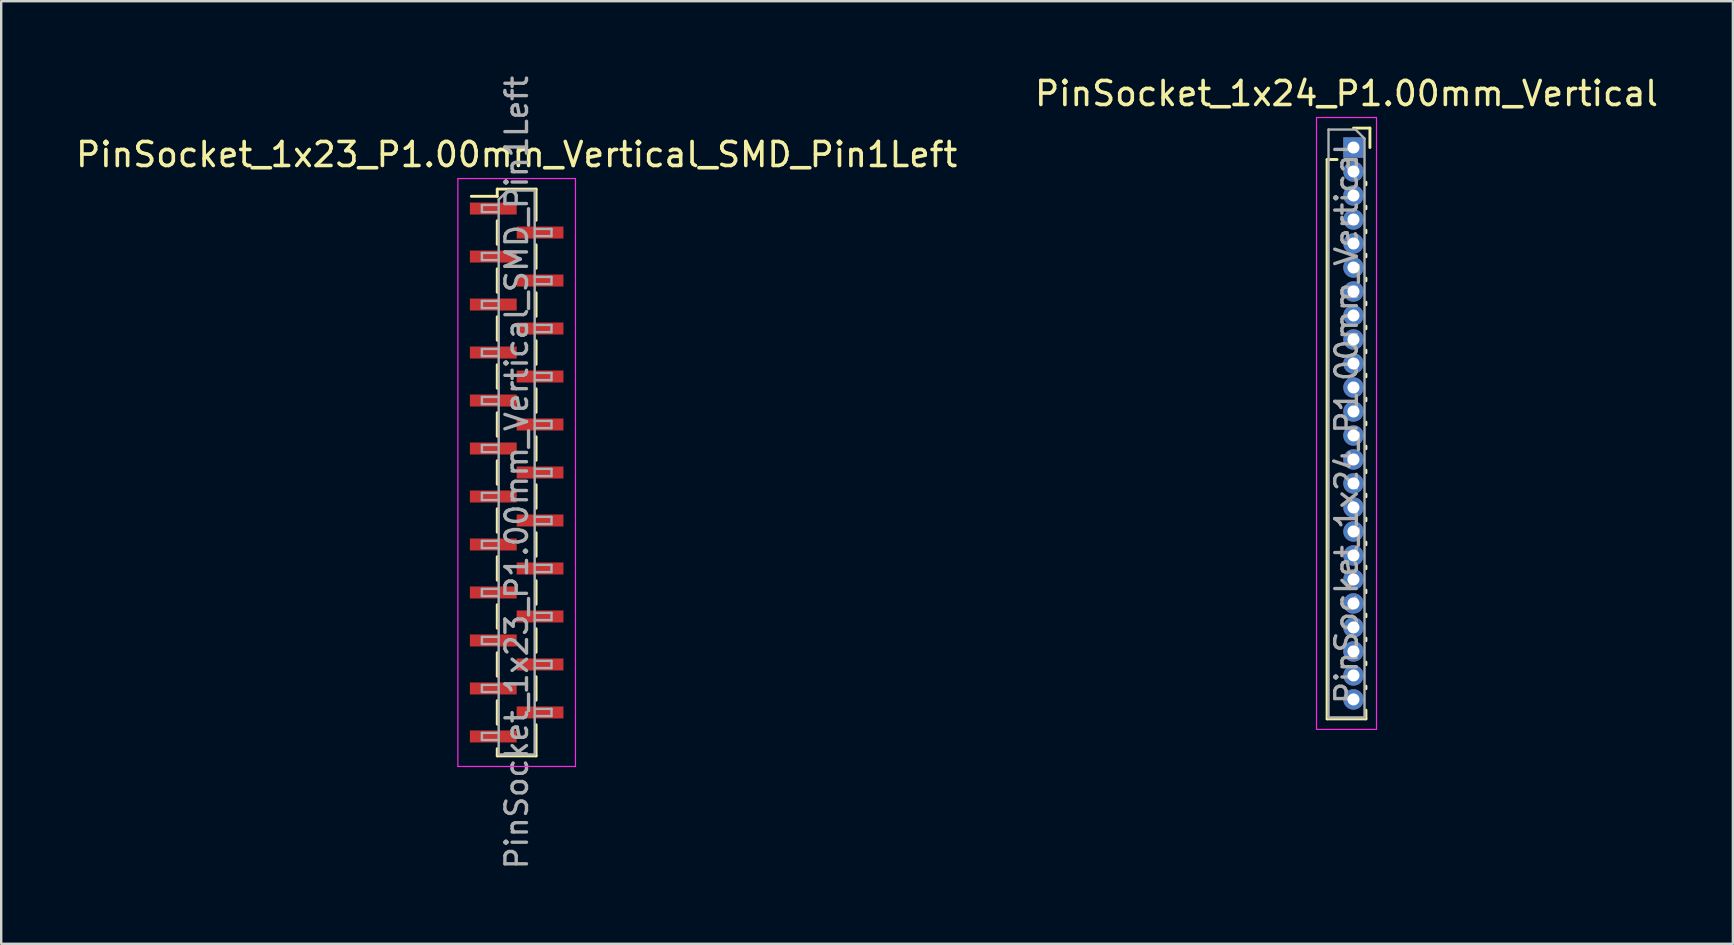
<source format=kicad_pcb>
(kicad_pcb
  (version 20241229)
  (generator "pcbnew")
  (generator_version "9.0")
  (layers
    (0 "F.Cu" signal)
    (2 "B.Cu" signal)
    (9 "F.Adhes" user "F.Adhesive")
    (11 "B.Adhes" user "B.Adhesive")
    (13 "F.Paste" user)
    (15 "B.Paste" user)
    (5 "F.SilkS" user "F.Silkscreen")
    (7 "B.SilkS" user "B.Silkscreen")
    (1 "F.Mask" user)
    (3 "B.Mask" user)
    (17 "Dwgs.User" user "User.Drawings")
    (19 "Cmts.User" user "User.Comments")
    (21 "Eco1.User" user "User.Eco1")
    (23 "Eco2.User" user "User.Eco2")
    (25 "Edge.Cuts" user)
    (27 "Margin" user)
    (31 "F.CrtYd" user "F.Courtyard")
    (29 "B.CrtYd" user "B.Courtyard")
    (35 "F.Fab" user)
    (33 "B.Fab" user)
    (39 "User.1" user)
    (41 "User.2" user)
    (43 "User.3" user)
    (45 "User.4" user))
  (footprint "PinSocket_1x23_P1.00mm_Vertical_SMD_Pin1Left"
    (layer "F.Cu")
    (at 18.482 16.641)
    (property "Reference" "PinSocket_1x23_P1.00mm_Vertical_SMD_Pin1Left" (at 0 -13.25 0) (layer "F.SilkS") (effects (font (size 1 1) (thickness 0.15))))
    (attr smd)
    (fp_line (start -1.89 -11.51) (end -0.81 -11.51) (stroke (width 0.12) (type solid)) (layer "F.SilkS"))
    (fp_line (start -0.81 -11.81) (end -0.81 -11.51) (stroke (width 0.12) (type solid)) (layer "F.SilkS"))
    (fp_line (start -0.81 -11.81) (end 0.81 -11.81) (stroke (width 0.12) (type solid)) (layer "F.SilkS"))
    (fp_line (start -0.81 -10.49) (end -0.81 -9.51) (stroke (width 0.12) (type solid)) (layer "F.SilkS"))
    (fp_line (start -0.81 -8.49) (end -0.81 -7.51) (stroke (width 0.12) (type solid)) (layer "F.SilkS"))
    (fp_line (start -0.81 -6.49) (end -0.81 -5.51) (stroke (width 0.12) (type solid)) (layer "F.SilkS"))
    (fp_line (start -0.81 -4.49) (end -0.81 -3.51) (stroke (width 0.12) (type solid)) (layer "F.SilkS"))
    (fp_line (start -0.81 -2.49) (end -0.81 -1.51) (stroke (width 0.12) (type solid)) (layer "F.SilkS"))
    (fp_line (start -0.81 -0.49) (end -0.81 0.49) (stroke (width 0.12) (type solid)) (layer "F.SilkS"))
    (fp_line (start -0.81 1.51) (end -0.81 2.49) (stroke (width 0.12) (type solid)) (layer "F.SilkS"))
    (fp_line (start -0.81 3.51) (end -0.81 4.49) (stroke (width 0.12) (type solid)) (layer "F.SilkS"))
    (fp_line (start -0.81 5.51) (end -0.81 6.49) (stroke (width 0.12) (type solid)) (layer "F.SilkS"))
    (fp_line (start -0.81 7.51) (end -0.81 8.49) (stroke (width 0.12) (type solid)) (layer "F.SilkS"))
    (fp_line (start -0.81 9.51) (end -0.81 10.49) (stroke (width 0.12) (type solid)) (layer "F.SilkS"))
    (fp_line (start -0.81 11.51) (end -0.81 11.81) (stroke (width 0.12) (type solid)) (layer "F.SilkS"))
    (fp_line (start -0.81 11.81) (end 0.81 11.81) (stroke (width 0.12) (type solid)) (layer "F.SilkS"))
    (fp_line (start 0.81 -11.81) (end 0.81 -10.51) (stroke (width 0.12) (type solid)) (layer "F.SilkS"))
    (fp_line (start 0.81 -9.49) (end 0.81 -8.51) (stroke (width 0.12) (type solid)) (layer "F.SilkS"))
    (fp_line (start 0.81 -7.49) (end 0.81 -6.51) (stroke (width 0.12) (type solid)) (layer "F.SilkS"))
    (fp_line (start 0.81 -5.49) (end 0.81 -4.51) (stroke (width 0.12) (type solid)) (layer "F.SilkS"))
    (fp_line (start 0.81 -3.49) (end 0.81 -2.51) (stroke (width 0.12) (type solid)) (layer "F.SilkS"))
    (fp_line (start 0.81 -1.49) (end 0.81 -0.51) (stroke (width 0.12) (type solid)) (layer "F.SilkS"))
    (fp_line (start 0.81 0.51) (end 0.81 1.49) (stroke (width 0.12) (type solid)) (layer "F.SilkS"))
    (fp_line (start 0.81 2.51) (end 0.81 3.49) (stroke (width 0.12) (type solid)) (layer "F.SilkS"))
    (fp_line (start 0.81 4.51) (end 0.81 5.49) (stroke (width 0.12) (type solid)) (layer "F.SilkS"))
    (fp_line (start 0.81 6.51) (end 0.81 7.49) (stroke (width 0.12) (type solid)) (layer "F.SilkS"))
    (fp_line (start 0.81 8.51) (end 0.81 9.49) (stroke (width 0.12) (type solid)) (layer "F.SilkS"))
    (fp_line (start 0.81 10.51) (end 0.81 11.81) (stroke (width 0.12) (type solid)) (layer "F.SilkS"))
    (fp_line (start -2.45 -12.25) (end 2.45 -12.25) (stroke (width 0.05) (type solid)) (layer "F.CrtYd"))
    (fp_line (start -2.45 12.25) (end -2.45 -12.25) (stroke (width 0.05) (type solid)) (layer "F.CrtYd"))
    (fp_line (start 2.45 -12.25) (end 2.45 12.25) (stroke (width 0.05) (type solid)) (layer "F.CrtYd"))
    (fp_line (start 2.45 12.25) (end -2.45 12.25) (stroke (width 0.05) (type solid)) (layer "F.CrtYd"))
    (fp_line (start -1.45 -11.15) (end -0.75 -11.15) (stroke (width 0.1) (type solid)) (layer "F.Fab"))
    (fp_line (start -1.45 -10.85) (end -1.45 -11.15) (stroke (width 0.1) (type solid)) (layer "F.Fab"))
    (fp_line (start -1.45 -9.15) (end -0.75 -9.15) (stroke (width 0.1) (type solid)) (layer "F.Fab"))
    (fp_line (start -1.45 -8.85) (end -1.45 -9.15) (stroke (width 0.1) (type solid)) (layer "F.Fab"))
    (fp_line (start -1.45 -7.15) (end -0.75 -7.15) (stroke (width 0.1) (type solid)) (layer "F.Fab"))
    (fp_line (start -1.45 -6.85) (end -1.45 -7.15) (stroke (width 0.1) (type solid)) (layer "F.Fab"))
    (fp_line (start -1.45 -5.15) (end -0.75 -5.15) (stroke (width 0.1) (type solid)) (layer "F.Fab"))
    (fp_line (start -1.45 -4.85) (end -1.45 -5.15) (stroke (width 0.1) (type solid)) (layer "F.Fab"))
    (fp_line (start -1.45 -3.15) (end -0.75 -3.15) (stroke (width 0.1) (type solid)) (layer "F.Fab"))
    (fp_line (start -1.45 -2.85) (end -1.45 -3.15) (stroke (width 0.1) (type solid)) (layer "F.Fab"))
    (fp_line (start -1.45 -1.15) (end -0.75 -1.15) (stroke (width 0.1) (type solid)) (layer "F.Fab"))
    (fp_line (start -1.45 -0.85) (end -1.45 -1.15) (stroke (width 0.1) (type solid)) (layer "F.Fab"))
    (fp_line (start -1.45 0.85) (end -0.75 0.85) (stroke (width 0.1) (type solid)) (layer "F.Fab"))
    (fp_line (start -1.45 1.15) (end -1.45 0.85) (stroke (width 0.1) (type solid)) (layer "F.Fab"))
    (fp_line (start -1.45 2.85) (end -0.75 2.85) (stroke (width 0.1) (type solid)) (layer "F.Fab"))
    (fp_line (start -1.45 3.15) (end -1.45 2.85) (stroke (width 0.1) (type solid)) (layer "F.Fab"))
    (fp_line (start -1.45 4.85) (end -0.75 4.85) (stroke (width 0.1) (type solid)) (layer "F.Fab"))
    (fp_line (start -1.45 5.15) (end -1.45 4.85) (stroke (width 0.1) (type solid)) (layer "F.Fab"))
    (fp_line (start -1.45 6.85) (end -0.75 6.85) (stroke (width 0.1) (type solid)) (layer "F.Fab"))
    (fp_line (start -1.45 7.15) (end -1.45 6.85) (stroke (width 0.1) (type solid)) (layer "F.Fab"))
    (fp_line (start -1.45 8.85) (end -0.75 8.85) (stroke (width 0.1) (type solid)) (layer "F.Fab"))
    (fp_line (start -1.45 9.15) (end -1.45 8.85) (stroke (width 0.1) (type solid)) (layer "F.Fab"))
    (fp_line (start -1.45 10.85) (end -0.75 10.85) (stroke (width 0.1) (type solid)) (layer "F.Fab"))
    (fp_line (start -1.45 11.15) (end -1.45 10.85) (stroke (width 0.1) (type solid)) (layer "F.Fab"))
    (fp_line (start -0.75 -11.375) (end -0.375 -11.75) (stroke (width 0.1) (type solid)) (layer "F.Fab"))
    (fp_line (start -0.75 -10.85) (end -1.45 -10.85) (stroke (width 0.1) (type solid)) (layer "F.Fab"))
    (fp_line (start -0.75 -8.85) (end -1.45 -8.85) (stroke (width 0.1) (type solid)) (layer "F.Fab"))
    (fp_line (start -0.75 -6.85) (end -1.45 -6.85) (stroke (width 0.1) (type solid)) (layer "F.Fab"))
    (fp_line (start -0.75 -4.85) (end -1.45 -4.85) (stroke (width 0.1) (type solid)) (layer "F.Fab"))
    (fp_line (start -0.75 -2.85) (end -1.45 -2.85) (stroke (width 0.1) (type solid)) (layer "F.Fab"))
    (fp_line (start -0.75 -0.85) (end -1.45 -0.85) (stroke (width 0.1) (type solid)) (layer "F.Fab"))
    (fp_line (start -0.75 1.15) (end -1.45 1.15) (stroke (width 0.1) (type solid)) (layer "F.Fab"))
    (fp_line (start -0.75 3.15) (end -1.45 3.15) (stroke (width 0.1) (type solid)) (layer "F.Fab"))
    (fp_line (start -0.75 5.15) (end -1.45 5.15) (stroke (width 0.1) (type solid)) (layer "F.Fab"))
    (fp_line (start -0.75 7.15) (end -1.45 7.15) (stroke (width 0.1) (type solid)) (layer "F.Fab"))
    (fp_line (start -0.75 9.15) (end -1.45 9.15) (stroke (width 0.1) (type solid)) (layer "F.Fab"))
    (fp_line (start -0.75 11.15) (end -1.45 11.15) (stroke (width 0.1) (type solid)) (layer "F.Fab"))
    (fp_line (start -0.75 11.75) (end -0.75 -11.375) (stroke (width 0.1) (type solid)) (layer "F.Fab"))
    (fp_line (start -0.375 -11.75) (end 0.75 -11.75) (stroke (width 0.1) (type solid)) (layer "F.Fab"))
    (fp_line (start 0.75 -11.75) (end 0.75 11.75) (stroke (width 0.1) (type solid)) (layer "F.Fab"))
    (fp_line (start 0.75 -10.15) (end 1.45 -10.15) (stroke (width 0.1) (type solid)) (layer "F.Fab"))
    (fp_line (start 0.75 -8.15) (end 1.45 -8.15) (stroke (width 0.1) (type solid)) (layer "F.Fab"))
    (fp_line (start 0.75 -6.15) (end 1.45 -6.15) (stroke (width 0.1) (type solid)) (layer "F.Fab"))
    (fp_line (start 0.75 -4.15) (end 1.45 -4.15) (stroke (width 0.1) (type solid)) (layer "F.Fab"))
    (fp_line (start 0.75 -2.15) (end 1.45 -2.15) (stroke (width 0.1) (type solid)) (layer "F.Fab"))
    (fp_line (start 0.75 -0.15) (end 1.45 -0.15) (stroke (width 0.1) (type solid)) (layer "F.Fab"))
    (fp_line (start 0.75 1.85) (end 1.45 1.85) (stroke (width 0.1) (type solid)) (layer "F.Fab"))
    (fp_line (start 0.75 3.85) (end 1.45 3.85) (stroke (width 0.1) (type solid)) (layer "F.Fab"))
    (fp_line (start 0.75 5.85) (end 1.45 5.85) (stroke (width 0.1) (type solid)) (layer "F.Fab"))
    (fp_line (start 0.75 7.85) (end 1.45 7.85) (stroke (width 0.1) (type solid)) (layer "F.Fab"))
    (fp_line (start 0.75 9.85) (end 1.45 9.85) (stroke (width 0.1) (type solid)) (layer "F.Fab"))
    (fp_line (start 0.75 11.75) (end -0.75 11.75) (stroke (width 0.1) (type solid)) (layer "F.Fab"))
    (fp_line (start 1.45 -10.15) (end 1.45 -9.85) (stroke (width 0.1) (type solid)) (layer "F.Fab"))
    (fp_line (start 1.45 -9.85) (end 0.75 -9.85) (stroke (width 0.1) (type solid)) (layer "F.Fab"))
    (fp_line (start 1.45 -8.15) (end 1.45 -7.85) (stroke (width 0.1) (type solid)) (layer "F.Fab"))
    (fp_line (start 1.45 -7.85) (end 0.75 -7.85) (stroke (width 0.1) (type solid)) (layer "F.Fab"))
    (fp_line (start 1.45 -6.15) (end 1.45 -5.85) (stroke (width 0.1) (type solid)) (layer "F.Fab"))
    (fp_line (start 1.45 -5.85) (end 0.75 -5.85) (stroke (width 0.1) (type solid)) (layer "F.Fab"))
    (fp_line (start 1.45 -4.15) (end 1.45 -3.85) (stroke (width 0.1) (type solid)) (layer "F.Fab"))
    (fp_line (start 1.45 -3.85) (end 0.75 -3.85) (stroke (width 0.1) (type solid)) (layer "F.Fab"))
    (fp_line (start 1.45 -2.15) (end 1.45 -1.85) (stroke (width 0.1) (type solid)) (layer "F.Fab"))
    (fp_line (start 1.45 -1.85) (end 0.75 -1.85) (stroke (width 0.1) (type solid)) (layer "F.Fab"))
    (fp_line (start 1.45 -0.15) (end 1.45 0.15) (stroke (width 0.1) (type solid)) (layer "F.Fab"))
    (fp_line (start 1.45 0.15) (end 0.75 0.15) (stroke (width 0.1) (type solid)) (layer "F.Fab"))
    (fp_line (start 1.45 1.85) (end 1.45 2.15) (stroke (width 0.1) (type solid)) (layer "F.Fab"))
    (fp_line (start 1.45 2.15) (end 0.75 2.15) (stroke (width 0.1) (type solid)) (layer "F.Fab"))
    (fp_line (start 1.45 3.85) (end 1.45 4.15) (stroke (width 0.1) (type solid)) (layer "F.Fab"))
    (fp_line (start 1.45 4.15) (end 0.75 4.15) (stroke (width 0.1) (type solid)) (layer "F.Fab"))
    (fp_line (start 1.45 5.85) (end 1.45 6.15) (stroke (width 0.1) (type solid)) (layer "F.Fab"))
    (fp_line (start 1.45 6.15) (end 0.75 6.15) (stroke (width 0.1) (type solid)) (layer "F.Fab"))
    (fp_line (start 1.45 7.85) (end 1.45 8.15) (stroke (width 0.1) (type solid)) (layer "F.Fab"))
    (fp_line (start 1.45 8.15) (end 0.75 8.15) (stroke (width 0.1) (type solid)) (layer "F.Fab"))
    (fp_line (start 1.45 9.85) (end 1.45 10.15) (stroke (width 0.1) (type solid)) (layer "F.Fab"))
    (fp_line (start 1.45 10.15) (end 0.75 10.15) (stroke (width 0.1) (type solid)) (layer "F.Fab"))
    (fp_text user "${REFERENCE}" (at 0 0 90) (layer "F.Fab") (effects (font (size 0.9 0.9) (thickness 0.14))))
    (pad "1" smd rect (at -0.975 -11) (size 1.95 0.5) (layers "F.Cu" "F.Mask" "F.Paste"))
    (pad "2" smd rect (at 0.975 -10) (size 1.95 0.5) (layers "F.Cu" "F.Mask" "F.Paste"))
    (pad "3" smd rect (at -0.975 -9) (size 1.95 0.5) (layers "F.Cu" "F.Mask" "F.Paste"))
    (pad "4" smd rect (at 0.975 -8) (size 1.95 0.5) (layers "F.Cu" "F.Mask" "F.Paste"))
    (pad "5" smd rect (at -0.975 -7) (size 1.95 0.5) (layers "F.Cu" "F.Mask" "F.Paste"))
    (pad "6" smd rect (at 0.975 -6) (size 1.95 0.5) (layers "F.Cu" "F.Mask" "F.Paste"))
    (pad "7" smd rect (at -0.975 -5) (size 1.95 0.5) (layers "F.Cu" "F.Mask" "F.Paste"))
    (pad "8" smd rect (at 0.975 -4) (size 1.95 0.5) (layers "F.Cu" "F.Mask" "F.Paste"))
    (pad "9" smd rect (at -0.975 -3) (size 1.95 0.5) (layers "F.Cu" "F.Mask" "F.Paste"))
    (pad "10" smd rect (at 0.975 -2) (size 1.95 0.5) (layers "F.Cu" "F.Mask" "F.Paste"))
    (pad "11" smd rect (at -0.975 -1) (size 1.95 0.5) (layers "F.Cu" "F.Mask" "F.Paste"))
    (pad "12" smd rect (at 0.975 0) (size 1.95 0.5) (layers "F.Cu" "F.Mask" "F.Paste"))
    (pad "13" smd rect (at -0.975 1) (size 1.95 0.5) (layers "F.Cu" "F.Mask" "F.Paste"))
    (pad "14" smd rect (at 0.975 2) (size 1.95 0.5) (layers "F.Cu" "F.Mask" "F.Paste"))
    (pad "15" smd rect (at -0.975 3) (size 1.95 0.5) (layers "F.Cu" "F.Mask" "F.Paste"))
    (pad "16" smd rect (at 0.975 4) (size 1.95 0.5) (layers "F.Cu" "F.Mask" "F.Paste"))
    (pad "17" smd rect (at -0.975 5) (size 1.95 0.5) (layers "F.Cu" "F.Mask" "F.Paste"))
    (pad "18" smd rect (at 0.975 6) (size 1.95 0.5) (layers "F.Cu" "F.Mask" "F.Paste"))
    (pad "19" smd rect (at -0.975 7) (size 1.95 0.5) (layers "F.Cu" "F.Mask" "F.Paste"))
    (pad "20" smd rect (at 0.975 8) (size 1.95 0.5) (layers "F.Cu" "F.Mask" "F.Paste"))
    (pad "21" smd rect (at -0.975 9) (size 1.95 0.5) (layers "F.Cu" "F.Mask" "F.Paste"))
    (pad "22" smd rect (at 0.975 10) (size 1.95 0.5) (layers "F.Cu" "F.Mask" "F.Paste"))
    (pad "23" smd rect (at -0.975 11) (size 1.95 0.5) (layers "F.Cu" "F.Mask" "F.Paste")))
  (footprint "PinSocket_1x24_P1.00mm_Vertical"
    (layer "F.Cu")
    (at 53.355 3.098)
    (property "Reference" "PinSocket_1x24_P1.00mm_Vertical" (at -0.29 -2.25 0) (layer "F.SilkS") (effects (font (size 1 1) (thickness 0.15))))
    (attr through_hole)
    (fp_line (start -1.1 0.5) (end -1.1 23.81) (stroke (width 0.12) (type solid)) (layer "F.SilkS"))
    (fp_line (start -1.1 0.5) (end -0.685 0.5) (stroke (width 0.12) (type solid)) (layer "F.SilkS"))
    (fp_line (start -1.1 23.81) (end 0.52 23.81) (stroke (width 0.12) (type solid)) (layer "F.SilkS"))
    (fp_line (start 0 -0.81) (end 0.685 -0.81) (stroke (width 0.12) (type solid)) (layer "F.SilkS"))
    (fp_line (start 0.52 1.446) (end 0.52 1.554) (stroke (width 0.12) (type solid)) (layer "F.SilkS"))
    (fp_line (start 0.52 2.446) (end 0.52 2.554) (stroke (width 0.12) (type solid)) (layer "F.SilkS"))
    (fp_line (start 0.52 3.446) (end 0.52 3.554) (stroke (width 0.12) (type solid)) (layer "F.SilkS"))
    (fp_line (start 0.52 4.446) (end 0.52 4.554) (stroke (width 0.12) (type solid)) (layer "F.SilkS"))
    (fp_line (start 0.52 5.446) (end 0.52 5.554) (stroke (width 0.12) (type solid)) (layer "F.SilkS"))
    (fp_line (start 0.52 6.446) (end 0.52 6.554) (stroke (width 0.12) (type solid)) (layer "F.SilkS"))
    (fp_line (start 0.52 7.446) (end 0.52 7.554) (stroke (width 0.12) (type solid)) (layer "F.SilkS"))
    (fp_line (start 0.52 8.446) (end 0.52 8.554) (stroke (width 0.12) (type solid)) (layer "F.SilkS"))
    (fp_line (start 0.52 9.446) (end 0.52 9.554) (stroke (width 0.12) (type solid)) (layer "F.SilkS"))
    (fp_line (start 0.52 10.446) (end 0.52 10.554) (stroke (width 0.12) (type solid)) (layer "F.SilkS"))
    (fp_line (start 0.52 11.446) (end 0.52 11.554) (stroke (width 0.12) (type solid)) (layer "F.SilkS"))
    (fp_line (start 0.52 12.446) (end 0.52 12.554) (stroke (width 0.12) (type solid)) (layer "F.SilkS"))
    (fp_line (start 0.52 13.446) (end 0.52 13.554) (stroke (width 0.12) (type solid)) (layer "F.SilkS"))
    (fp_line (start 0.52 14.446) (end 0.52 14.554) (stroke (width 0.12) (type solid)) (layer "F.SilkS"))
    (fp_line (start 0.52 15.446) (end 0.52 15.554) (stroke (width 0.12) (type solid)) (layer "F.SilkS"))
    (fp_line (start 0.52 16.446) (end 0.52 16.554) (stroke (width 0.12) (type solid)) (layer "F.SilkS"))
    (fp_line (start 0.52 17.446) (end 0.52 17.554) (stroke (width 0.12) (type solid)) (layer "F.SilkS"))
    (fp_line (start 0.52 18.446) (end 0.52 18.554) (stroke (width 0.12) (type solid)) (layer "F.SilkS"))
    (fp_line (start 0.52 19.446) (end 0.52 19.554) (stroke (width 0.12) (type solid)) (layer "F.SilkS"))
    (fp_line (start 0.52 20.446) (end 0.52 20.554) (stroke (width 0.12) (type solid)) (layer "F.SilkS"))
    (fp_line (start 0.52 21.446) (end 0.52 21.554) (stroke (width 0.12) (type solid)) (layer "F.SilkS"))
    (fp_line (start 0.52 22.446) (end 0.52 22.554) (stroke (width 0.12) (type solid)) (layer "F.SilkS"))
    (fp_line (start 0.52 23.446) (end 0.52 23.81) (stroke (width 0.12) (type solid)) (layer "F.SilkS"))
    (fp_line (start 0.685 -0.81) (end 0.685 0) (stroke (width 0.12) (type solid)) (layer "F.SilkS"))
    (fp_line (start -1.54 -1.25) (end 0.96 -1.25) (stroke (width 0.05) (type solid)) (layer "F.CrtYd"))
    (fp_line (start -1.54 24.25) (end -1.54 -1.25) (stroke (width 0.05) (type solid)) (layer "F.CrtYd"))
    (fp_line (start 0.96 -1.25) (end 0.96 24.25) (stroke (width 0.05) (type solid)) (layer "F.CrtYd"))
    (fp_line (start 0.96 24.25) (end -1.54 24.25) (stroke (width 0.05) (type solid)) (layer "F.CrtYd"))
    (fp_line (start -1.04 -0.75) (end 0.085 -0.75) (stroke (width 0.1) (type solid)) (layer "F.Fab"))
    (fp_line (start -1.04 23.75) (end -1.04 -0.75) (stroke (width 0.1) (type solid)) (layer "F.Fab"))
    (fp_line (start 0.085 -0.75) (end 0.46 -0.375) (stroke (width 0.1) (type solid)) (layer "F.Fab"))
    (fp_line (start 0.46 -0.375) (end 0.46 23.75) (stroke (width 0.1) (type solid)) (layer "F.Fab"))
    (fp_line (start 0.46 23.75) (end -1.04 23.75) (stroke (width 0.1) (type solid)) (layer "F.Fab"))
    (fp_text user "${REFERENCE}" (at -0.29 11.5 90) (layer "F.Fab") (effects (font (size 0.9 0.9) (thickness 0.14))))
    (pad "1" thru_hole rect (at 0 0) (size 0.85 0.85) (drill 0.5) (layers "*.Cu" "*.Mask"))
    (pad "2" thru_hole oval (at 0 1) (size 0.85 0.85) (drill 0.5) (layers "*.Cu" "*.Mask"))
    (pad "3" thru_hole oval (at 0 2) (size 0.85 0.85) (drill 0.5) (layers "*.Cu" "*.Mask"))
    (pad "4" thru_hole oval (at 0 3) (size 0.85 0.85) (drill 0.5) (layers "*.Cu" "*.Mask"))
    (pad "5" thru_hole oval (at 0 4) (size 0.85 0.85) (drill 0.5) (layers "*.Cu" "*.Mask"))
    (pad "6" thru_hole oval (at 0 5) (size 0.85 0.85) (drill 0.5) (layers "*.Cu" "*.Mask"))
    (pad "7" thru_hole oval (at 0 6) (size 0.85 0.85) (drill 0.5) (layers "*.Cu" "*.Mask"))
    (pad "8" thru_hole oval (at 0 7) (size 0.85 0.85) (drill 0.5) (layers "*.Cu" "*.Mask"))
    (pad "9" thru_hole oval (at 0 8) (size 0.85 0.85) (drill 0.5) (layers "*.Cu" "*.Mask"))
    (pad "10" thru_hole oval (at 0 9) (size 0.85 0.85) (drill 0.5) (layers "*.Cu" "*.Mask"))
    (pad "11" thru_hole oval (at 0 10) (size 0.85 0.85) (drill 0.5) (layers "*.Cu" "*.Mask"))
    (pad "12" thru_hole oval (at 0 11) (size 0.85 0.85) (drill 0.5) (layers "*.Cu" "*.Mask"))
    (pad "13" thru_hole oval (at 0 12) (size 0.85 0.85) (drill 0.5) (layers "*.Cu" "*.Mask"))
    (pad "14" thru_hole oval (at 0 13) (size 0.85 0.85) (drill 0.5) (layers "*.Cu" "*.Mask"))
    (pad "15" thru_hole oval (at 0 14) (size 0.85 0.85) (drill 0.5) (layers "*.Cu" "*.Mask"))
    (pad "16" thru_hole oval (at 0 15) (size 0.85 0.85) (drill 0.5) (layers "*.Cu" "*.Mask"))
    (pad "17" thru_hole oval (at 0 16) (size 0.85 0.85) (drill 0.5) (layers "*.Cu" "*.Mask"))
    (pad "18" thru_hole oval (at 0 17) (size 0.85 0.85) (drill 0.5) (layers "*.Cu" "*.Mask"))
    (pad "19" thru_hole oval (at 0 18) (size 0.85 0.85) (drill 0.5) (layers "*.Cu" "*.Mask"))
    (pad "20" thru_hole oval (at 0 19) (size 0.85 0.85) (drill 0.5) (layers "*.Cu" "*.Mask"))
    (pad "21" thru_hole oval (at 0 20) (size 0.85 0.85) (drill 0.5) (layers "*.Cu" "*.Mask"))
    (pad "22" thru_hole oval (at 0 21) (size 0.85 0.85) (drill 0.5) (layers "*.Cu" "*.Mask"))
    (pad "23" thru_hole oval (at 0 22) (size 0.85 0.85) (drill 0.5) (layers "*.Cu" "*.Mask"))
    (pad "24" thru_hole oval (at 0 23) (size 0.85 0.85) (drill 0.5) (layers "*.Cu" "*.Mask")))
  (gr_rect
    (start -3 -3)
    (end 69.167 36.283)
    (stroke (width 0.1) (type default))
    (fill no)
    (layer "Edge.Cuts")))
</source>
